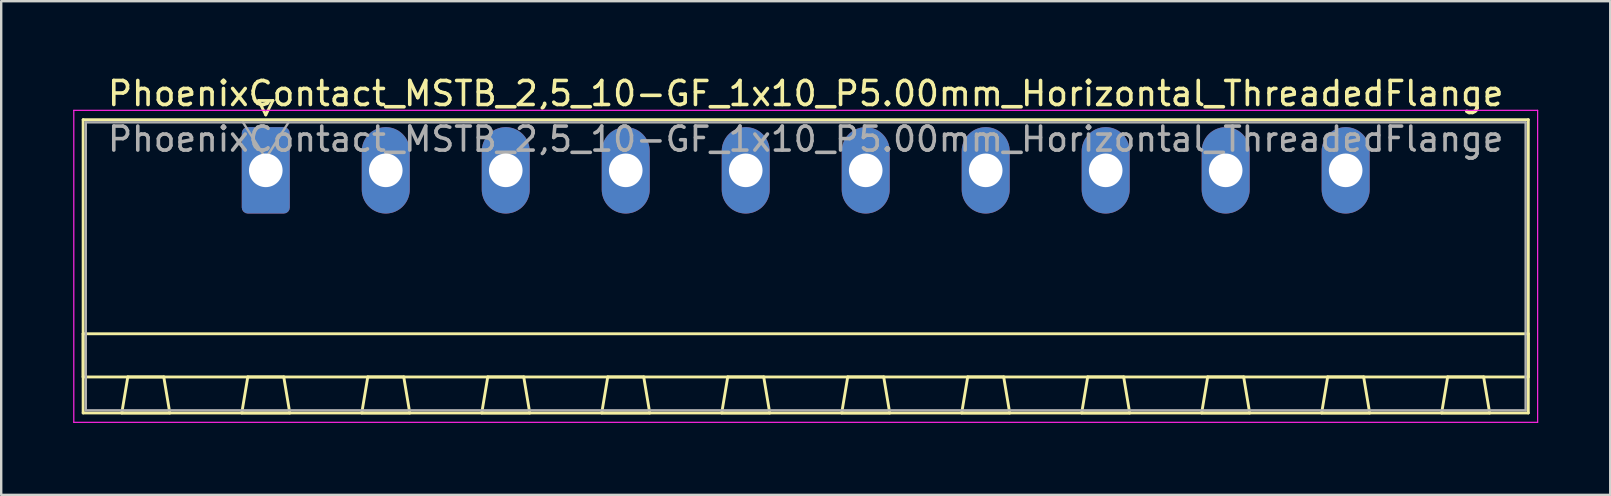
<source format=kicad_pcb>
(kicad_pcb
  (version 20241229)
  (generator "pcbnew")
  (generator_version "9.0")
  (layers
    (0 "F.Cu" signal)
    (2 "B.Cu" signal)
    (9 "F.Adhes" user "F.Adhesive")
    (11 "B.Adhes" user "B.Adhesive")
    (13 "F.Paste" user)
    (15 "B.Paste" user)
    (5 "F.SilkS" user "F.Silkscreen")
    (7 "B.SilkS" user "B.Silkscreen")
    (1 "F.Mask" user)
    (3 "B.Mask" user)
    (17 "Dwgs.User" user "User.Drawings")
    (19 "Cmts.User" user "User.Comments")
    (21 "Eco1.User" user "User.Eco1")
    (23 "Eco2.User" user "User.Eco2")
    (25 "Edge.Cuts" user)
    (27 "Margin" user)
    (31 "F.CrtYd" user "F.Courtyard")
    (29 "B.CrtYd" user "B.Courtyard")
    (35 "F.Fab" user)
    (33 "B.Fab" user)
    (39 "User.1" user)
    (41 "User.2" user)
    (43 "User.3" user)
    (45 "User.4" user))
  (footprint "PhoenixContact_MSTB_2,5_10-GF_1x10_P5.00mm_Horizontal_ThreadedFlange"
    (layer "F.Cu")
    (at 8.025 4.048)
    (property "Reference" "PhoenixContact_MSTB_2,5_10-GF_1x10_P5.00mm_Horizontal_ThreadedFlange" (at 22.5 -3.2 0) (layer "F.SilkS") (effects (font (size 1 1) (thickness 0.15))))
    (attr through_hole)
    (fp_line (start -7.61 -2.11) (end -7.61 10.11) (stroke (width 0.12) (type solid)) (layer "F.SilkS"))
    (fp_line (start -7.61 6.81) (end 52.61 6.81) (stroke (width 0.12) (type solid)) (layer "F.SilkS"))
    (fp_line (start -7.61 8.61) (end -7.61 6.81) (stroke (width 0.12) (type solid)) (layer "F.SilkS"))
    (fp_line (start -7.61 10.11) (end 52.61 10.11) (stroke (width 0.12) (type solid)) (layer "F.SilkS"))
    (fp_line (start -6 10.11) (end -4 10.11) (stroke (width 0.12) (type solid)) (layer "F.SilkS"))
    (fp_line (start -5.75 8.61) (end -6 10.11) (stroke (width 0.12) (type solid)) (layer "F.SilkS"))
    (fp_line (start -4.25 8.61) (end -5.75 8.61) (stroke (width 0.12) (type solid)) (layer "F.SilkS"))
    (fp_line (start -4 10.11) (end -4.25 8.61) (stroke (width 0.12) (type solid)) (layer "F.SilkS"))
    (fp_line (start -1 10.11) (end 1 10.11) (stroke (width 0.12) (type solid)) (layer "F.SilkS"))
    (fp_line (start -0.75 8.61) (end -1 10.11) (stroke (width 0.12) (type solid)) (layer "F.SilkS"))
    (fp_line (start -0.3 -2.91) (end 0.3 -2.91) (stroke (width 0.12) (type solid)) (layer "F.SilkS"))
    (fp_line (start 0 -2.31) (end -0.3 -2.91) (stroke (width 0.12) (type solid)) (layer "F.SilkS"))
    (fp_line (start 0.3 -2.91) (end 0 -2.31) (stroke (width 0.12) (type solid)) (layer "F.SilkS"))
    (fp_line (start 0.75 8.61) (end -0.75 8.61) (stroke (width 0.12) (type solid)) (layer "F.SilkS"))
    (fp_line (start 1 10.11) (end 0.75 8.61) (stroke (width 0.12) (type solid)) (layer "F.SilkS"))
    (fp_line (start 4 10.11) (end 6 10.11) (stroke (width 0.12) (type solid)) (layer "F.SilkS"))
    (fp_line (start 4.25 8.61) (end 4 10.11) (stroke (width 0.12) (type solid)) (layer "F.SilkS"))
    (fp_line (start 5.75 8.61) (end 4.25 8.61) (stroke (width 0.12) (type solid)) (layer "F.SilkS"))
    (fp_line (start 6 10.11) (end 5.75 8.61) (stroke (width 0.12) (type solid)) (layer "F.SilkS"))
    (fp_line (start 9 10.11) (end 11 10.11) (stroke (width 0.12) (type solid)) (layer "F.SilkS"))
    (fp_line (start 9.25 8.61) (end 9 10.11) (stroke (width 0.12) (type solid)) (layer "F.SilkS"))
    (fp_line (start 10.75 8.61) (end 9.25 8.61) (stroke (width 0.12) (type solid)) (layer "F.SilkS"))
    (fp_line (start 11 10.11) (end 10.75 8.61) (stroke (width 0.12) (type solid)) (layer "F.SilkS"))
    (fp_line (start 14 10.11) (end 16 10.11) (stroke (width 0.12) (type solid)) (layer "F.SilkS"))
    (fp_line (start 14.25 8.61) (end 14 10.11) (stroke (width 0.12) (type solid)) (layer "F.SilkS"))
    (fp_line (start 15.75 8.61) (end 14.25 8.61) (stroke (width 0.12) (type solid)) (layer "F.SilkS"))
    (fp_line (start 16 10.11) (end 15.75 8.61) (stroke (width 0.12) (type solid)) (layer "F.SilkS"))
    (fp_line (start 19 10.11) (end 21 10.11) (stroke (width 0.12) (type solid)) (layer "F.SilkS"))
    (fp_line (start 19.25 8.61) (end 19 10.11) (stroke (width 0.12) (type solid)) (layer "F.SilkS"))
    (fp_line (start 20.75 8.61) (end 19.25 8.61) (stroke (width 0.12) (type solid)) (layer "F.SilkS"))
    (fp_line (start 21 10.11) (end 20.75 8.61) (stroke (width 0.12) (type solid)) (layer "F.SilkS"))
    (fp_line (start 24 10.11) (end 26 10.11) (stroke (width 0.12) (type solid)) (layer "F.SilkS"))
    (fp_line (start 24.25 8.61) (end 24 10.11) (stroke (width 0.12) (type solid)) (layer "F.SilkS"))
    (fp_line (start 25.75 8.61) (end 24.25 8.61) (stroke (width 0.12) (type solid)) (layer "F.SilkS"))
    (fp_line (start 26 10.11) (end 25.75 8.61) (stroke (width 0.12) (type solid)) (layer "F.SilkS"))
    (fp_line (start 29 10.11) (end 31 10.11) (stroke (width 0.12) (type solid)) (layer "F.SilkS"))
    (fp_line (start 29.25 8.61) (end 29 10.11) (stroke (width 0.12) (type solid)) (layer "F.SilkS"))
    (fp_line (start 30.75 8.61) (end 29.25 8.61) (stroke (width 0.12) (type solid)) (layer "F.SilkS"))
    (fp_line (start 31 10.11) (end 30.75 8.61) (stroke (width 0.12) (type solid)) (layer "F.SilkS"))
    (fp_line (start 34 10.11) (end 36 10.11) (stroke (width 0.12) (type solid)) (layer "F.SilkS"))
    (fp_line (start 34.25 8.61) (end 34 10.11) (stroke (width 0.12) (type solid)) (layer "F.SilkS"))
    (fp_line (start 35.75 8.61) (end 34.25 8.61) (stroke (width 0.12) (type solid)) (layer "F.SilkS"))
    (fp_line (start 36 10.11) (end 35.75 8.61) (stroke (width 0.12) (type solid)) (layer "F.SilkS"))
    (fp_line (start 39 10.11) (end 41 10.11) (stroke (width 0.12) (type solid)) (layer "F.SilkS"))
    (fp_line (start 39.25 8.61) (end 39 10.11) (stroke (width 0.12) (type solid)) (layer "F.SilkS"))
    (fp_line (start 40.75 8.61) (end 39.25 8.61) (stroke (width 0.12) (type solid)) (layer "F.SilkS"))
    (fp_line (start 41 10.11) (end 40.75 8.61) (stroke (width 0.12) (type solid)) (layer "F.SilkS"))
    (fp_line (start 44 10.11) (end 46 10.11) (stroke (width 0.12) (type solid)) (layer "F.SilkS"))
    (fp_line (start 44.25 8.61) (end 44 10.11) (stroke (width 0.12) (type solid)) (layer "F.SilkS"))
    (fp_line (start 45.75 8.61) (end 44.25 8.61) (stroke (width 0.12) (type solid)) (layer "F.SilkS"))
    (fp_line (start 46 10.11) (end 45.75 8.61) (stroke (width 0.12) (type solid)) (layer "F.SilkS"))
    (fp_line (start 49 10.11) (end 51 10.11) (stroke (width 0.12) (type solid)) (layer "F.SilkS"))
    (fp_line (start 49.25 8.61) (end 49 10.11) (stroke (width 0.12) (type solid)) (layer "F.SilkS"))
    (fp_line (start 50.75 8.61) (end 49.25 8.61) (stroke (width 0.12) (type solid)) (layer "F.SilkS"))
    (fp_line (start 51 10.11) (end 50.75 8.61) (stroke (width 0.12) (type solid)) (layer "F.SilkS"))
    (fp_line (start 52.61 -2.11) (end -7.61 -2.11) (stroke (width 0.12) (type solid)) (layer "F.SilkS"))
    (fp_line (start 52.61 6.81) (end 52.61 8.61) (stroke (width 0.12) (type solid)) (layer "F.SilkS"))
    (fp_line (start 52.61 8.61) (end -7.61 8.61) (stroke (width 0.12) (type solid)) (layer "F.SilkS"))
    (fp_line (start 52.61 10.11) (end 52.61 -2.11) (stroke (width 0.12) (type solid)) (layer "F.SilkS"))
    (fp_line (start -8 -2.5) (end -8 10.5) (stroke (width 0.05) (type solid)) (layer "F.CrtYd"))
    (fp_line (start -8 10.5) (end 53 10.5) (stroke (width 0.05) (type solid)) (layer "F.CrtYd"))
    (fp_line (start 53 -2.5) (end -8 -2.5) (stroke (width 0.05) (type solid)) (layer "F.CrtYd"))
    (fp_line (start 53 10.5) (end 53 -2.5) (stroke (width 0.05) (type solid)) (layer "F.CrtYd"))
    (fp_line (start -7.5 -2) (end -7.5 10) (stroke (width 0.1) (type solid)) (layer "F.Fab"))
    (fp_line (start -7.5 10) (end 52.5 10) (stroke (width 0.1) (type solid)) (layer "F.Fab"))
    (fp_line (start 0 -0.5) (end -0.95 -2) (stroke (width 0.1) (type solid)) (layer "F.Fab"))
    (fp_line (start 0.95 -2) (end 0 -0.5) (stroke (width 0.1) (type solid)) (layer "F.Fab"))
    (fp_line (start 52.5 -2) (end -7.5 -2) (stroke (width 0.1) (type solid)) (layer "F.Fab"))
    (fp_line (start 52.5 10) (end 52.5 -2) (stroke (width 0.1) (type solid)) (layer "F.Fab"))
    (fp_text user "${REFERENCE}" (at 22.5 -1.3 0) (layer "F.Fab") (effects (font (size 1 1) (thickness 0.15))))
    (pad "1" thru_hole roundrect (at 0 0) (size 2 3.6) (drill 1.4) (layers "*.Cu" "*.Mask") (roundrect_rratio 0.125))
    (pad "2" thru_hole oval (at 5 0) (size 2 3.6) (drill 1.4) (layers "*.Cu" "*.Mask"))
    (pad "3" thru_hole oval (at 10 0) (size 2 3.6) (drill 1.4) (layers "*.Cu" "*.Mask"))
    (pad "4" thru_hole oval (at 15 0) (size 2 3.6) (drill 1.4) (layers "*.Cu" "*.Mask"))
    (pad "5" thru_hole oval (at 20 0) (size 2 3.6) (drill 1.4) (layers "*.Cu" "*.Mask"))
    (pad "6" thru_hole oval (at 25 0) (size 2 3.6) (drill 1.4) (layers "*.Cu" "*.Mask"))
    (pad "7" thru_hole oval (at 30 0) (size 2 3.6) (drill 1.4) (layers "*.Cu" "*.Mask"))
    (pad "8" thru_hole oval (at 35 0) (size 2 3.6) (drill 1.4) (layers "*.Cu" "*.Mask"))
    (pad "9" thru_hole oval (at 40 0) (size 2 3.6) (drill 1.4) (layers "*.Cu" "*.Mask"))
    (pad "10" thru_hole oval (at 45 0) (size 2 3.6) (drill 1.4) (layers "*.Cu" "*.Mask")))
  (gr_rect
    (start -3 -3)
    (end 64.05 17.573)
    (stroke (width 0.1) (type default))
    (fill no)
    (layer "Edge.Cuts")))
</source>
